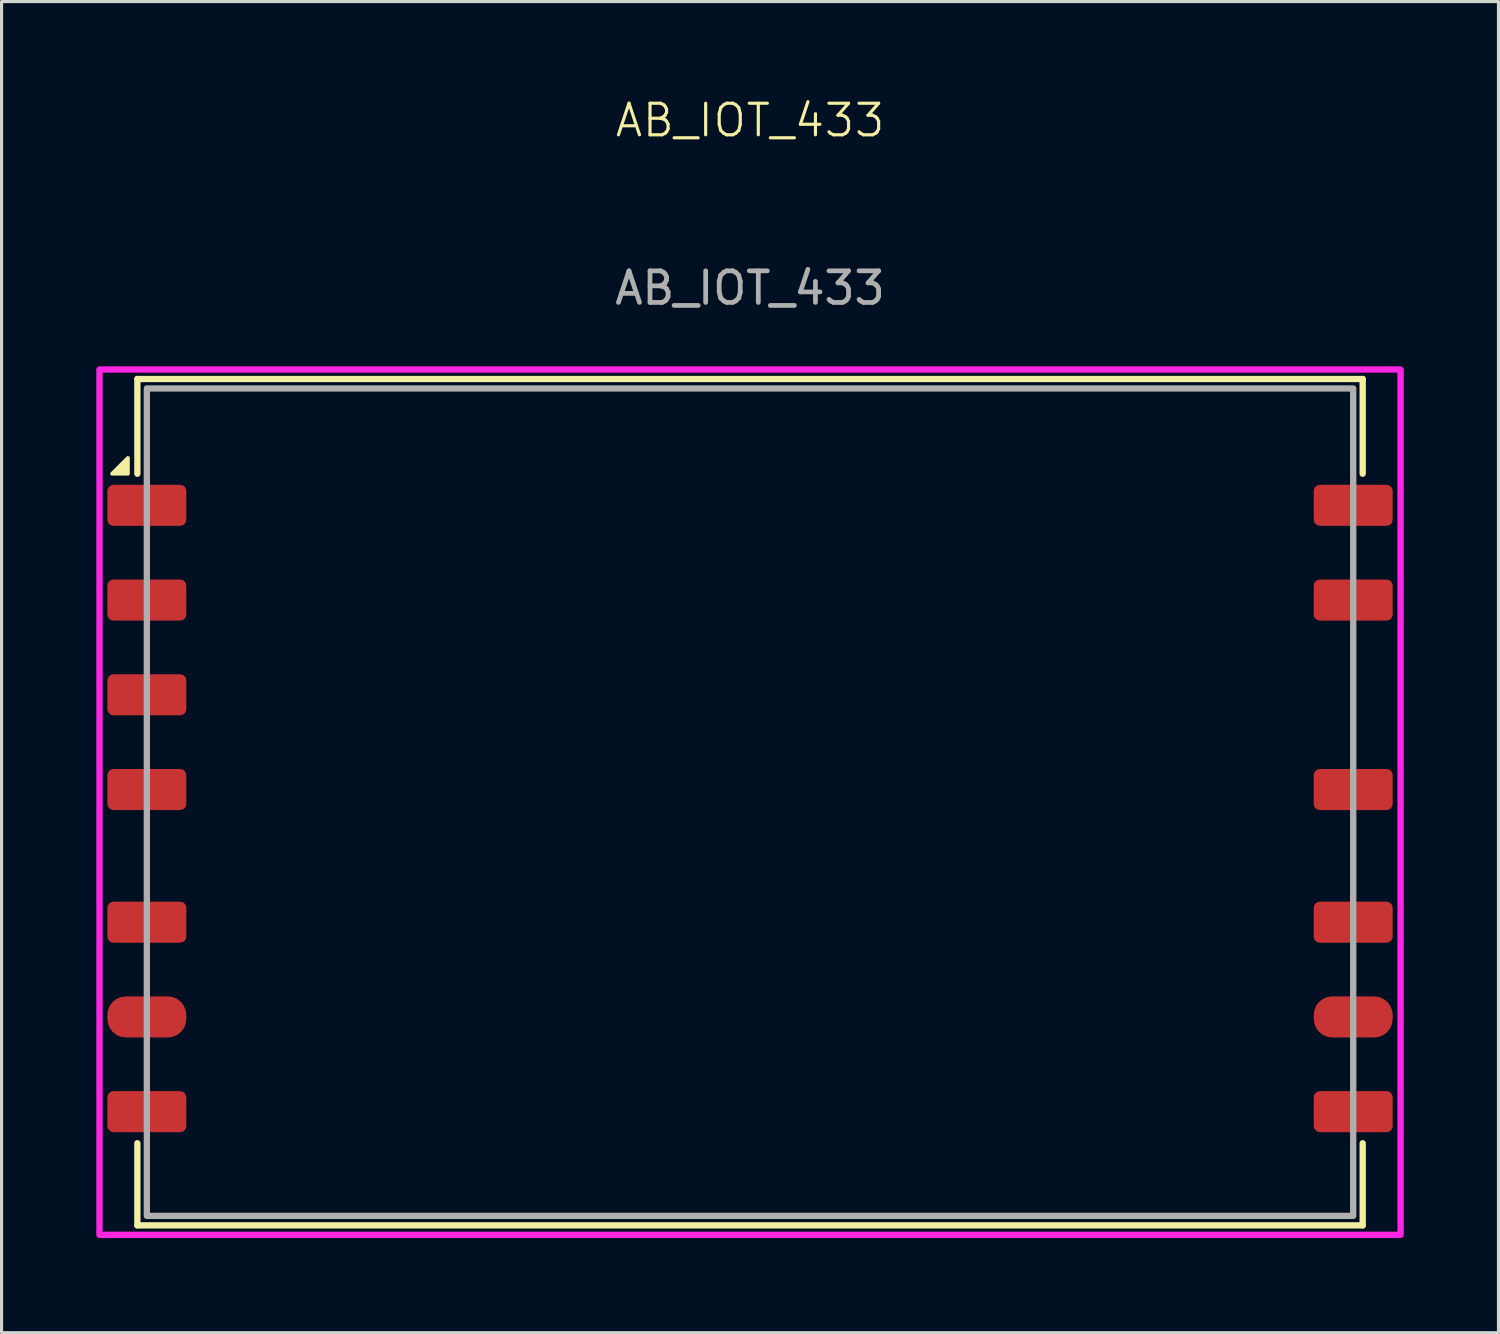
<source format=kicad_pcb>
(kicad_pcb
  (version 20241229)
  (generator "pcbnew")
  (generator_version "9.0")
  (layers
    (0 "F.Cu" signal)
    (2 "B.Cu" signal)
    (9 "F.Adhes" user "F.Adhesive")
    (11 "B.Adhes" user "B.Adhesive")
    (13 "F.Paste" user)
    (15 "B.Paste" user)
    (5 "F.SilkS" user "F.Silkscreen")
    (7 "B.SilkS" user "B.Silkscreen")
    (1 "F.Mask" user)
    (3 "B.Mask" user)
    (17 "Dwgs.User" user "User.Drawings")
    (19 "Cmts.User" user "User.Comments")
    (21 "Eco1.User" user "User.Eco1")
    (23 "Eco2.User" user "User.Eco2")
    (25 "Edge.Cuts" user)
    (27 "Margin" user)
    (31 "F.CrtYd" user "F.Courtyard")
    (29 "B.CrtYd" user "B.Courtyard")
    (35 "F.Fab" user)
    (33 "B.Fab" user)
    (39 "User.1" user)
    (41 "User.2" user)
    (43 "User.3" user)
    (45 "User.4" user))
  (footprint "AB_IOT_433"
    (layer "F.Cu")
    (at 20.7 22.351)
    (property "Reference" "AB_IOT_433" (at 0 -21.59 0) (unlocked yes) (layer "F.SilkS") (effects (font (size 1 1) (thickness 0.1))))
    (attr smd)
    (fp_line (start -19.4 -13.4) (end -19.4 -10.4) (stroke (width 0.2) (type solid)) (layer "F.SilkS"))
    (fp_line (start -19.4 -13.4) (end 19.4 -13.4) (stroke (width 0.2) (type solid)) (layer "F.SilkS"))
    (fp_line (start -19.4 13.4) (end -19.4 10.8) (stroke (width 0.2) (type solid)) (layer "F.SilkS"))
    (fp_line (start 19.4 -13.4) (end 19.4 -10.4) (stroke (width 0.2) (type solid)) (layer "F.SilkS"))
    (fp_line (start 19.4 10.8) (end 19.4 13.4) (stroke (width 0.2) (type solid)) (layer "F.SilkS"))
    (fp_line (start 19.4 13.4) (end -19.4 13.4) (stroke (width 0.2) (type solid)) (layer "F.SilkS"))
    (fp_poly (pts (xy -19.7 -10.4) (xy -20.2 -10.4) (xy -19.7 -10.9) (xy -19.7 -10.4)) (stroke (width 0.12) (type solid)) (fill yes) (layer "F.SilkS"))
    (fp_rect (start -20.6 -13.7) (end 20.6 13.7) (stroke (width 0.2) (type solid)) (fill no) (layer "F.CrtYd"))
    (fp_rect (start -19.1 -13.1) (end 19.1 13.1) (stroke (width 0.2) (type solid)) (fill no) (layer "F.Fab"))
    (fp_text user "${REFERENCE}" (at 0 -16.28 0) (unlocked yes) (layer "F.Fab") (effects (font (size 1 1) (thickness 0.15))))
    (pad "1" smd roundrect (at -19.1 -9.4) (size 2.5 1.3) (layers "F.Cu" "F.Mask" "F.Paste") (roundrect_rratio 0.15))
    (pad "2" smd roundrect (at -19.1 -6.4) (size 2.5 1.3) (layers "F.Cu" "F.Mask" "F.Paste") (roundrect_rratio 0.15))
    (pad "3" smd roundrect (at -19.1 -3.4) (size 2.5 1.3) (layers "F.Cu" "F.Mask" "F.Paste") (roundrect_rratio 0.15))
    (pad "4" smd roundrect (at -19.1 -0.4) (size 2.5 1.3) (layers "F.Cu" "F.Mask" "F.Paste") (roundrect_rratio 0.15))
    (pad "5" smd roundrect (at -19.1 3.8) (size 2.5 1.3) (layers "F.Cu" "F.Mask" "F.Paste") (roundrect_rratio 0.15))
    (pad "6" smd roundrect (at -19.1 6.8) (size 2.5 1.3) (layers "F.Cu" "F.Mask" "F.Paste") (roundrect_rratio 0.45))
    (pad "7" smd roundrect (at -19.1 9.8) (size 2.5 1.3) (layers "F.Cu" "F.Mask" "F.Paste") (roundrect_rratio 0.15))
    (pad "8" smd roundrect (at 19.1 -9.4) (size 2.5 1.3) (layers "F.Cu" "F.Mask" "F.Paste") (roundrect_rratio 0.15))
    (pad "9" smd roundrect (at 19.1 -6.4) (size 2.5 1.3) (layers "F.Cu" "F.Mask" "F.Paste") (roundrect_rratio 0.15))
    (pad "10" smd roundrect (at 19.1 -0.4) (size 2.5 1.3) (layers "F.Cu" "F.Mask" "F.Paste") (roundrect_rratio 0.15))
    (pad "11" smd roundrect (at 19.1 3.8) (size 2.5 1.3) (layers "F.Cu" "F.Mask" "F.Paste") (roundrect_rratio 0.15))
    (pad "12" smd roundrect (at 19.1 6.8) (size 2.5 1.3) (layers "F.Cu" "F.Mask" "F.Paste") (roundrect_rratio 0.45))
    (pad "13" smd roundrect (at 19.1 9.8) (size 2.5 1.3) (layers "F.Cu" "F.Mask" "F.Paste") (roundrect_rratio 0.15)))
  (gr_rect
    (start -3 -3)
    (end 44.4 39.151)
    (stroke (width 0.1) (type default))
    (fill no)
    (layer "Edge.Cuts")))
</source>
